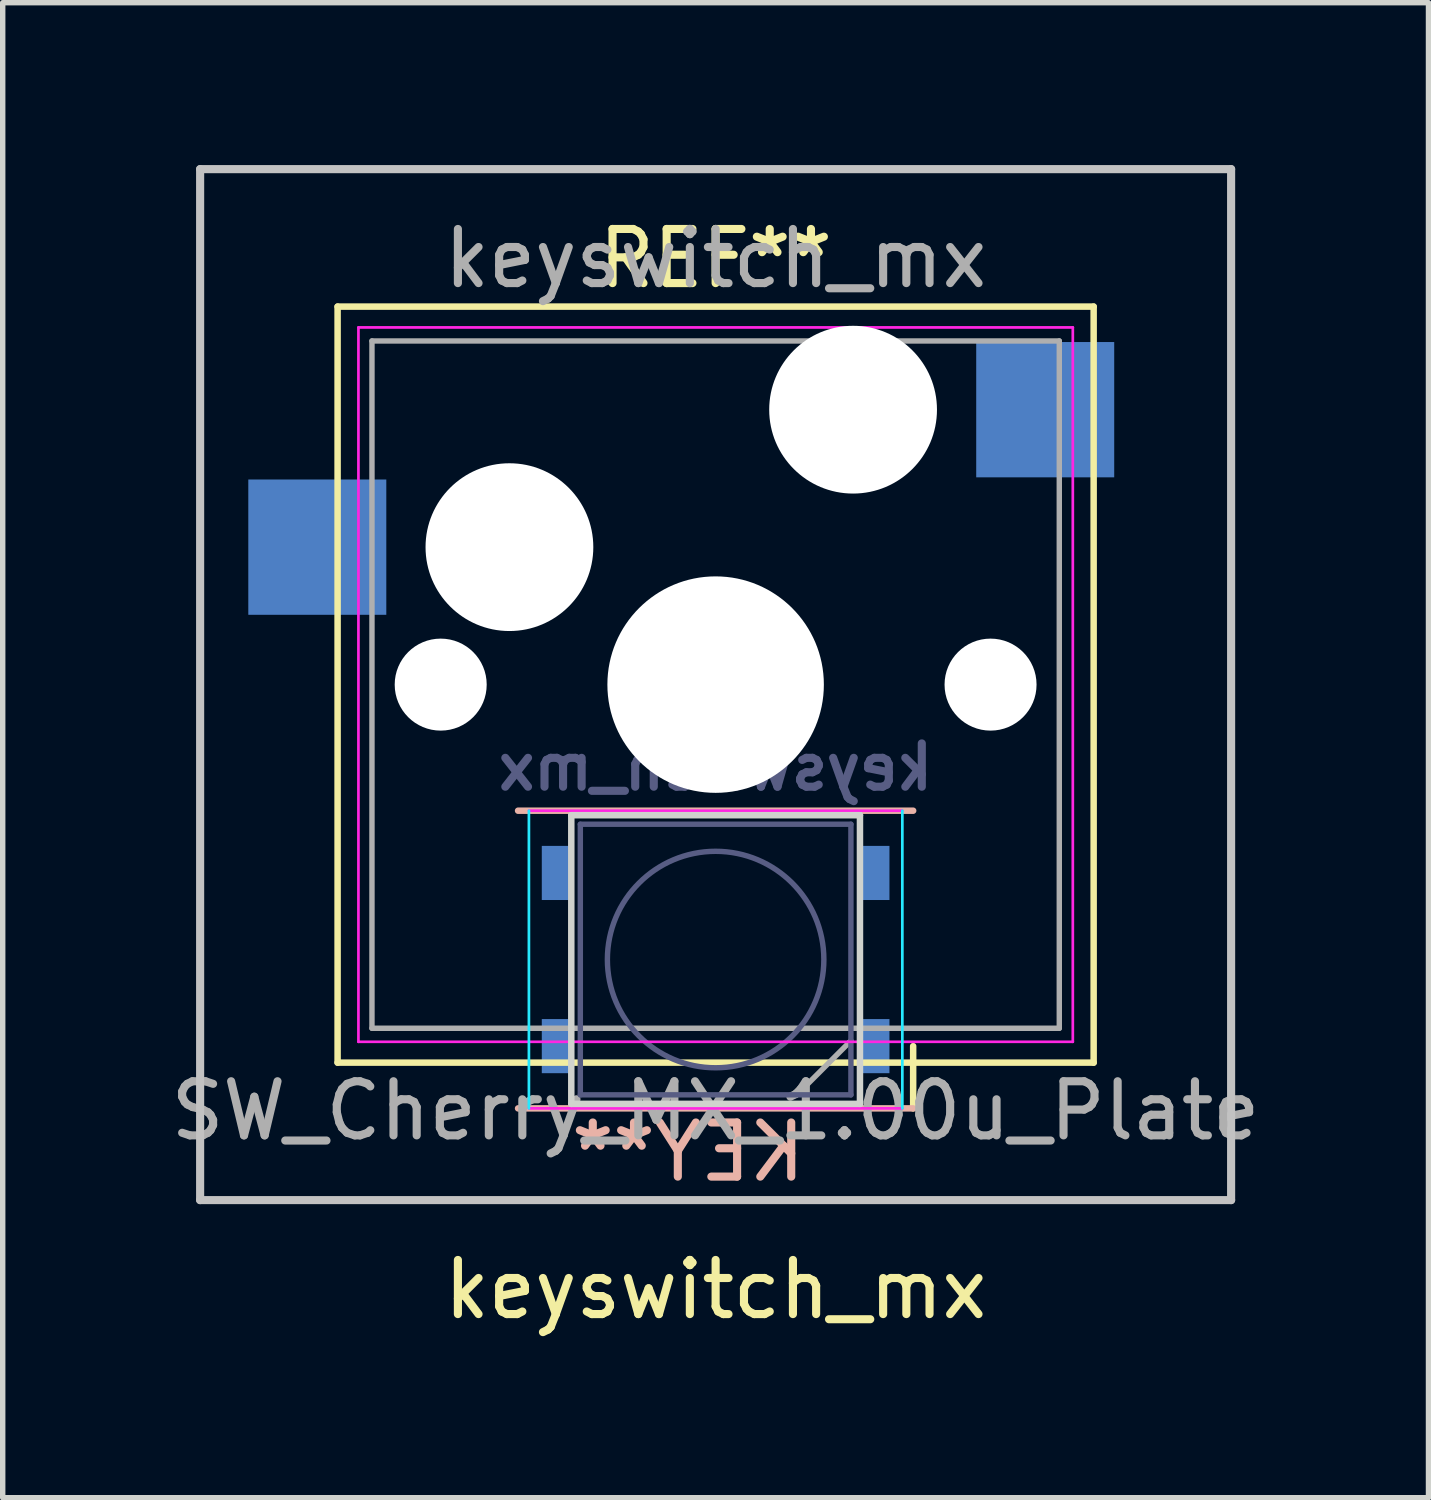
<source format=kicad_pcb>
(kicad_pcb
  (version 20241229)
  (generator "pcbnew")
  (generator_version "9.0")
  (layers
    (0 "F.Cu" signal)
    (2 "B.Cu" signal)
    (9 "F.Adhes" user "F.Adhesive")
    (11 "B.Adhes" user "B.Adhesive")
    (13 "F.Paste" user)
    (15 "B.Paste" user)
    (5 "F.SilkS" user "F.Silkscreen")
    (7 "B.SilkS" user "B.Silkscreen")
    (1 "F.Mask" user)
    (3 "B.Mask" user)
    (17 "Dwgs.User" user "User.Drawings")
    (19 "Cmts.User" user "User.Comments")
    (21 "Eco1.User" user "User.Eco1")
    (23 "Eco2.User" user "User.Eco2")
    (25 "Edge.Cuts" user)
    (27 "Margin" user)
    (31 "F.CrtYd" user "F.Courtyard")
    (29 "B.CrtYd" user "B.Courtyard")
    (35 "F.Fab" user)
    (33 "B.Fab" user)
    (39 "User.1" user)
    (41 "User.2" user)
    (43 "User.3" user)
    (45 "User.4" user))
  (footprint "keyswitch_mx"
    (layer "F.Cu")
    (at 10.173 9.6)
    (property "Reference" "keyswitch_mx" (at 0 11.176 0) (layer "F.SilkS") (effects (font (size 1 1) (thickness 0.15))))
    (attr through_hole)
    (fp_line (start -6.985 -6.985) (end 6.985 -6.985) (stroke (width 0.12) (type solid)) (layer "F.SilkS"))
    (fp_line (start -6.985 6.985) (end -6.985 -6.985) (stroke (width 0.12) (type solid)) (layer "F.SilkS"))
    (fp_line (start 3.65 7.83) (end 3.65 6.68) (stroke (width 0.12) (type solid)) (layer "F.SilkS"))
    (fp_line (start 6.985 -6.985) (end 6.985 6.985) (stroke (width 0.12) (type solid)) (layer "F.SilkS"))
    (fp_line (start 6.985 6.985) (end -6.985 6.985) (stroke (width 0.12) (type solid)) (layer "F.SilkS"))
    (fp_line (start -3.65 2.33) (end 3.65 2.33) (stroke (width 0.12) (type solid)) (layer "B.SilkS"))
    (fp_line (start -3.65 7.83) (end 3.65 7.83) (stroke (width 0.12) (type solid)) (layer "B.SilkS"))
    (fp_line (start -9.525 -9.525) (end 9.525 -9.525) (stroke (width 0.15) (type solid)) (layer "Dwgs.User"))
    (fp_line (start -9.525 9.525) (end -9.525 -9.525) (stroke (width 0.15) (type solid)) (layer "Dwgs.User"))
    (fp_line (start 9.525 -9.525) (end 9.525 9.525) (stroke (width 0.15) (type solid)) (layer "Dwgs.User"))
    (fp_line (start 9.525 9.525) (end -9.525 9.525) (stroke (width 0.15) (type solid)) (layer "Dwgs.User"))
    (fp_line (start -2.667 2.413) (end -2.667 7.747) (stroke (width 0.12) (type solid)) (layer "Eco1.User"))
    (fp_line (start -2.667 7.747) (end 2.667 7.747) (stroke (width 0.12) (type solid)) (layer "Eco1.User"))
    (fp_line (start 2.667 2.413) (end -2.667 2.413) (stroke (width 0.12) (type solid)) (layer "Eco1.User"))
    (fp_line (start 2.667 7.747) (end 2.667 2.413) (stroke (width 0.12) (type solid)) (layer "Eco1.User"))
    (fp_line (start -2.667 2.413) (end -2.667 7.747) (stroke (width 0.12) (type solid)) (layer "Edge.Cuts"))
    (fp_line (start -2.667 7.747) (end 2.667 7.747) (stroke (width 0.12) (type solid)) (layer "Edge.Cuts"))
    (fp_line (start 2.667 2.413) (end -2.667 2.413) (stroke (width 0.12) (type solid)) (layer "Edge.Cuts"))
    (fp_line (start 2.667 7.747) (end 2.667 2.413) (stroke (width 0.12) (type solid)) (layer "Edge.Cuts"))
    (fp_line (start -3.45 2.33) (end -3.45 7.83) (stroke (width 0.05) (type solid)) (layer "B.CrtYd"))
    (fp_line (start 3.45 7.83) (end 3.45 2.33) (stroke (width 0.05) (type solid)) (layer "B.CrtYd"))
    (fp_line (start -6.6 -6.6) (end 6.6 -6.6) (stroke (width 0.05) (type solid)) (layer "F.CrtYd"))
    (fp_line (start -6.6 6.6) (end -6.6 -6.6) (stroke (width 0.05) (type solid)) (layer "F.CrtYd"))
    (fp_line (start -3.45 7.83) (end 3.45 7.83) (stroke (width 0.05) (type solid)) (layer "F.CrtYd"))
    (fp_line (start 3.45 2.33) (end -3.45 2.33) (stroke (width 0.05) (type solid)) (layer "F.CrtYd"))
    (fp_line (start 6.6 -6.6) (end 6.6 6.6) (stroke (width 0.05) (type solid)) (layer "F.CrtYd"))
    (fp_line (start 6.6 6.6) (end -6.6 6.6) (stroke (width 0.05) (type solid)) (layer "F.CrtYd"))
    (fp_line (start -2.5 2.58) (end -2.5 7.58) (stroke (width 0.1) (type solid)) (layer "B.Fab"))
    (fp_line (start -2.5 7.58) (end 2.5 7.58) (stroke (width 0.1) (type solid)) (layer "B.Fab"))
    (fp_line (start 2.5 2.58) (end -2.5 2.58) (stroke (width 0.1) (type solid)) (layer "B.Fab"))
    (fp_line (start 2.5 7.58) (end 2.5 2.58) (stroke (width 0.1) (type solid)) (layer "B.Fab"))
    (fp_circle (center 0 5.08) (end 2 5.08) (stroke (width 0.1) (type solid)) (fill no) (layer "B.Fab"))
    (fp_line (start -6.35 -6.35) (end 6.35 -6.35) (stroke (width 0.1) (type solid)) (layer "F.Fab"))
    (fp_line (start -6.35 6.35) (end -6.35 -6.35) (stroke (width 0.1) (type solid)) (layer "F.Fab"))
    (fp_line (start 2.5 6.58) (end 1.5 7.58) (stroke (width 0.1) (type solid)) (layer "F.Fab"))
    (fp_line (start 6.35 -6.35) (end 6.35 6.35) (stroke (width 0.1) (type solid)) (layer "F.Fab"))
    (fp_line (start 6.35 6.35) (end -6.35 6.35) (stroke (width 0.1) (type solid)) (layer "F.Fab"))
    (fp_text user "REF**" (at 0 -7.874 0) (layer "F.SilkS") (effects (font (size 1 1) (thickness 0.15))))
    (fp_text user "KEY**" (at -0.508 8.636 0) (layer "B.SilkS") (effects (font (size 1 1) (thickness 0.15)) (justify mirror)))
    (fp_text user "${REFERENCE}" (at 0 1.524 0) (layer "B.Fab") (effects (font (size 0.8 0.8) (thickness 0.15)) (justify mirror)))
    (fp_text user "${REFERENCE}" (at 0 -7.874 0) (layer "F.Fab") (effects (font (size 1 1) (thickness 0.15))))
    (fp_text user "SW_Cherry_MX_1.00u_Plate" (at 0 7.874 0) (layer "F.Fab") (effects (font (size 1 1) (thickness 0.15))))
    (pad "" np_thru_hole circle (at -5.08 0) (size 1.7 1.7) (drill 1.7) (layers "*.Cu" "*.Mask"))
    (pad "" np_thru_hole circle (at -3.81 -2.54 90) (size 3.1 3.1) (drill 3.1) (layers "*.Cu" "*.Mask"))
    (pad "" np_thru_hole circle (at 0 0 180) (size 4 4) (drill 4) (layers "*.Cu" "*.Mask"))
    (pad "" np_thru_hole circle (at 2.54 -5.08) (size 3.1 3.1) (drill 3.1) (layers "*.Cu" "*.Mask"))
    (pad "" np_thru_hole circle (at 5.08 0) (size 1.7 1.7) (drill 1.7) (layers "*.Cu" "*.Mask"))
    (pad "1" smd rect (at 6.09 -5.08) (size 2.55 2.5) (layers "B.Cu" "B.Mask" "B.Paste"))
    (pad "2" smd rect (at -7.36 -2.54) (size 2.55 2.5) (layers "B.Cu" "B.Mask" "B.Paste"))
    (pad "3" smd rect (at -2.958 3.48) (size 0.508 1) (layers "B.Cu" "B.Mask" "B.Paste"))
    (pad "4" smd rect (at -2.958 6.68) (size 0.508 1) (layers "B.Cu" "B.Mask" "B.Paste"))
    (pad "5" smd rect (at 2.958 6.68) (size 0.508 1) (layers "B.Cu" "B.Mask" "B.Paste"))
    (pad "6" smd rect (at 2.958 3.48) (size 0.508 1) (layers "B.Cu" "B.Mask" "B.Paste")))
  (gr_rect
    (start -3 -3)
    (end 23.345 24.624)
    (stroke (width 0.1) (type default))
    (fill no)
    (layer "Edge.Cuts")))
</source>
